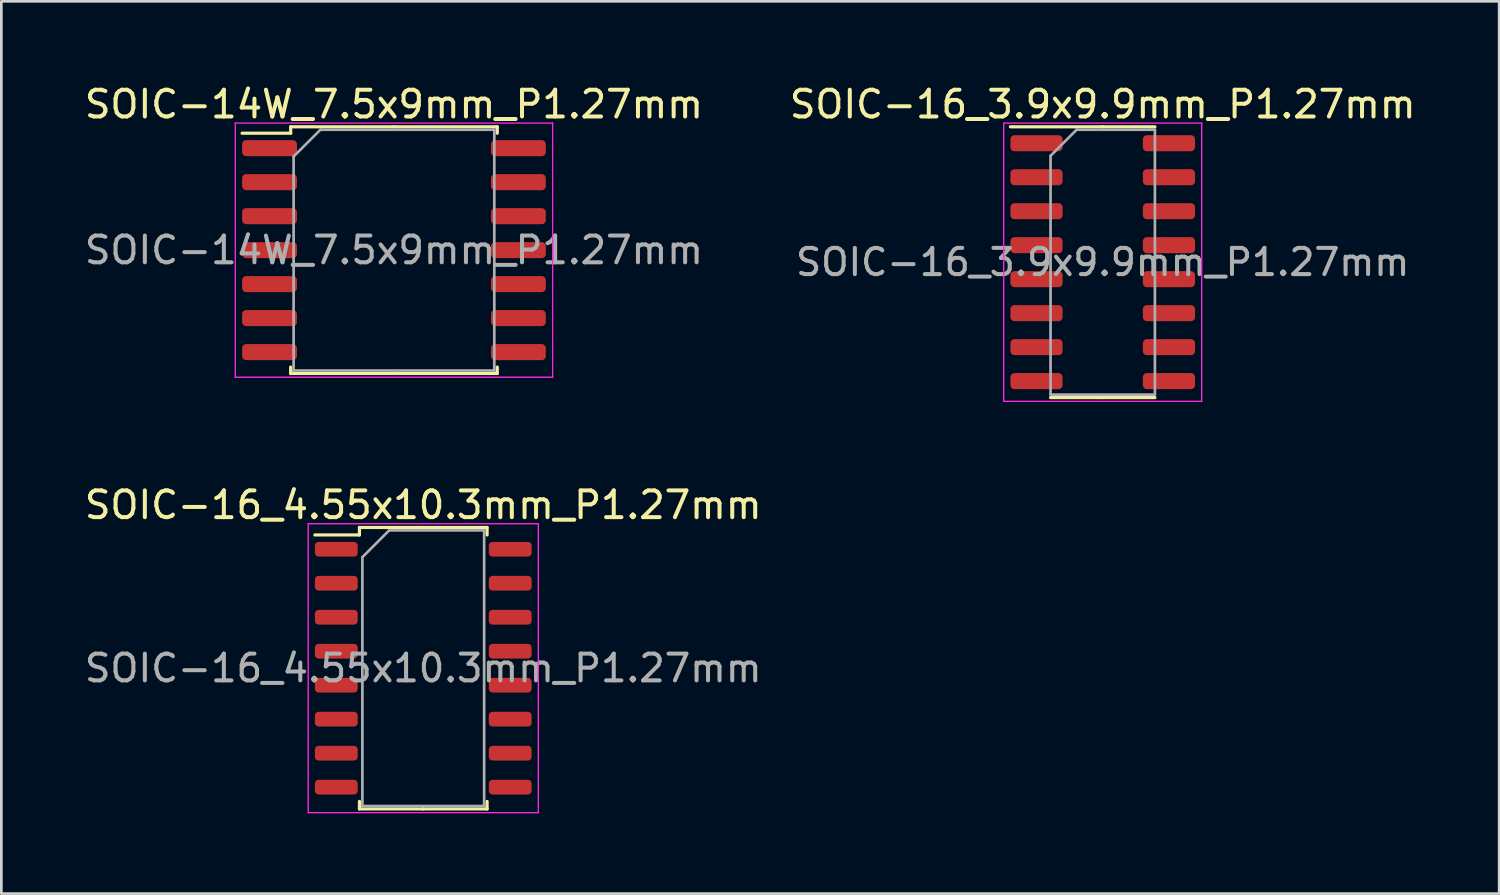
<source format=kicad_pcb>
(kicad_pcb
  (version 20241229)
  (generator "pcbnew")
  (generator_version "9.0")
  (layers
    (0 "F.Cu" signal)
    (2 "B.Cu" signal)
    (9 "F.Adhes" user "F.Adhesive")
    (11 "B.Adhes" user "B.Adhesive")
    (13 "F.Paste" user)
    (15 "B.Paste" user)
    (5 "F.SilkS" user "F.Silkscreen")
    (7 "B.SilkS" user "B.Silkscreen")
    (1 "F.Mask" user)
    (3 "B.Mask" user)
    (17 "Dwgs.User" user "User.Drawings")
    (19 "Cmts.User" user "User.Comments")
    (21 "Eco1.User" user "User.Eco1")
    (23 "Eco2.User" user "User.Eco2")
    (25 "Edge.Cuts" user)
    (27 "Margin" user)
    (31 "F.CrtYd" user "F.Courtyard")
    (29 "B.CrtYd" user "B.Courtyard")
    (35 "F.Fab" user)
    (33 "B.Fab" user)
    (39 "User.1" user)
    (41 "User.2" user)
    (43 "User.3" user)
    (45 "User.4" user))
  (footprint "SOIC-16_4.55x10.3mm_P1.27mm"
    (layer "F.Cu")
    (at 12.768 21.922)
    (property "Reference" "SOIC-16_4.55x10.3mm_P1.27mm" (at 0 -6.1 0) (layer "F.SilkS") (effects (font (size 1 1) (thickness 0.15))))
    (attr smd)
    (fp_line (start -2.385 -5.26) (end -2.385 -4.98) (stroke (width 0.12) (type solid)) (layer "F.SilkS"))
    (fp_line (start -2.385 -4.98) (end -4.05 -4.98) (stroke (width 0.12) (type solid)) (layer "F.SilkS"))
    (fp_line (start -2.385 5.26) (end -2.385 4.98) (stroke (width 0.12) (type solid)) (layer "F.SilkS"))
    (fp_line (start 0 -5.26) (end -2.385 -5.26) (stroke (width 0.12) (type solid)) (layer "F.SilkS"))
    (fp_line (start 0 -5.26) (end 2.385 -5.26) (stroke (width 0.12) (type solid)) (layer "F.SilkS"))
    (fp_line (start 0 5.26) (end -2.385 5.26) (stroke (width 0.12) (type solid)) (layer "F.SilkS"))
    (fp_line (start 0 5.26) (end 2.385 5.26) (stroke (width 0.12) (type solid)) (layer "F.SilkS"))
    (fp_line (start 2.385 -5.26) (end 2.385 -4.98) (stroke (width 0.12) (type solid)) (layer "F.SilkS"))
    (fp_line (start 2.385 5.26) (end 2.385 4.98) (stroke (width 0.12) (type solid)) (layer "F.SilkS"))
    (fp_line (start -4.3 -5.4) (end -4.3 5.4) (stroke (width 0.05) (type solid)) (layer "F.CrtYd"))
    (fp_line (start -4.3 5.4) (end 4.3 5.4) (stroke (width 0.05) (type solid)) (layer "F.CrtYd"))
    (fp_line (start 4.3 -5.4) (end -4.3 -5.4) (stroke (width 0.05) (type solid)) (layer "F.CrtYd"))
    (fp_line (start 4.3 5.4) (end 4.3 -5.4) (stroke (width 0.05) (type solid)) (layer "F.CrtYd"))
    (fp_line (start -2.275 -4.15) (end -1.275 -5.15) (stroke (width 0.1) (type solid)) (layer "F.Fab"))
    (fp_line (start -2.275 5.15) (end -2.275 -4.15) (stroke (width 0.1) (type solid)) (layer "F.Fab"))
    (fp_line (start -1.275 -5.15) (end 2.275 -5.15) (stroke (width 0.1) (type solid)) (layer "F.Fab"))
    (fp_line (start 2.275 -5.15) (end 2.275 5.15) (stroke (width 0.1) (type solid)) (layer "F.Fab"))
    (fp_line (start 2.275 5.15) (end -2.275 5.15) (stroke (width 0.1) (type solid)) (layer "F.Fab"))
    (fp_text user "${REFERENCE}" (at 0 0 0) (layer "F.Fab") (effects (font (size 1 1) (thickness 0.15))))
    (pad "1" smd roundrect (at -3.25 -4.445) (size 1.6 0.55) (layers "F.Cu" "F.Mask" "F.Paste") (roundrect_rratio 0.25))
    (pad "2" smd roundrect (at -3.25 -3.175) (size 1.6 0.55) (layers "F.Cu" "F.Mask" "F.Paste") (roundrect_rratio 0.25))
    (pad "3" smd roundrect (at -3.25 -1.905) (size 1.6 0.55) (layers "F.Cu" "F.Mask" "F.Paste") (roundrect_rratio 0.25))
    (pad "4" smd roundrect (at -3.25 -0.635) (size 1.6 0.55) (layers "F.Cu" "F.Mask" "F.Paste") (roundrect_rratio 0.25))
    (pad "5" smd roundrect (at -3.25 0.635) (size 1.6 0.55) (layers "F.Cu" "F.Mask" "F.Paste") (roundrect_rratio 0.25))
    (pad "6" smd roundrect (at -3.25 1.905) (size 1.6 0.55) (layers "F.Cu" "F.Mask" "F.Paste") (roundrect_rratio 0.25))
    (pad "7" smd roundrect (at -3.25 3.175) (size 1.6 0.55) (layers "F.Cu" "F.Mask" "F.Paste") (roundrect_rratio 0.25))
    (pad "8" smd roundrect (at -3.25 4.445) (size 1.6 0.55) (layers "F.Cu" "F.Mask" "F.Paste") (roundrect_rratio 0.25))
    (pad "9" smd roundrect (at 3.25 4.445) (size 1.6 0.55) (layers "F.Cu" "F.Mask" "F.Paste") (roundrect_rratio 0.25))
    (pad "10" smd roundrect (at 3.25 3.175) (size 1.6 0.55) (layers "F.Cu" "F.Mask" "F.Paste") (roundrect_rratio 0.25))
    (pad "11" smd roundrect (at 3.25 1.905) (size 1.6 0.55) (layers "F.Cu" "F.Mask" "F.Paste") (roundrect_rratio 0.25))
    (pad "12" smd roundrect (at 3.25 0.635) (size 1.6 0.55) (layers "F.Cu" "F.Mask" "F.Paste") (roundrect_rratio 0.25))
    (pad "13" smd roundrect (at 3.25 -0.635) (size 1.6 0.55) (layers "F.Cu" "F.Mask" "F.Paste") (roundrect_rratio 0.25))
    (pad "14" smd roundrect (at 3.25 -1.905) (size 1.6 0.55) (layers "F.Cu" "F.Mask" "F.Paste") (roundrect_rratio 0.25))
    (pad "15" smd roundrect (at 3.25 -3.175) (size 1.6 0.55) (layers "F.Cu" "F.Mask" "F.Paste") (roundrect_rratio 0.25))
    (pad "16" smd roundrect (at 3.25 -4.445) (size 1.6 0.55) (layers "F.Cu" "F.Mask" "F.Paste") (roundrect_rratio 0.25)))
  (footprint "SOIC-16_3.9x9.9mm_P1.27mm"
    (layer "F.Cu")
    (at 38.161 6.748)
    (property "Reference" "SOIC-16_3.9x9.9mm_P1.27mm" (at 0 -5.9 0) (layer "F.SilkS") (effects (font (size 1 1) (thickness 0.15))))
    (attr smd)
    (fp_line (start 0 -5.06) (end -3.45 -5.06) (stroke (width 0.12) (type solid)) (layer "F.SilkS"))
    (fp_line (start 0 -5.06) (end 1.95 -5.06) (stroke (width 0.12) (type solid)) (layer "F.SilkS"))
    (fp_line (start 0 5.06) (end -1.95 5.06) (stroke (width 0.12) (type solid)) (layer "F.SilkS"))
    (fp_line (start 0 5.06) (end 1.95 5.06) (stroke (width 0.12) (type solid)) (layer "F.SilkS"))
    (fp_line (start -3.7 -5.2) (end -3.7 5.2) (stroke (width 0.05) (type solid)) (layer "F.CrtYd"))
    (fp_line (start -3.7 5.2) (end 3.7 5.2) (stroke (width 0.05) (type solid)) (layer "F.CrtYd"))
    (fp_line (start 3.7 -5.2) (end -3.7 -5.2) (stroke (width 0.05) (type solid)) (layer "F.CrtYd"))
    (fp_line (start 3.7 5.2) (end 3.7 -5.2) (stroke (width 0.05) (type solid)) (layer "F.CrtYd"))
    (fp_line (start -1.95 -3.975) (end -0.975 -4.95) (stroke (width 0.1) (type solid)) (layer "F.Fab"))
    (fp_line (start -1.95 4.95) (end -1.95 -3.975) (stroke (width 0.1) (type solid)) (layer "F.Fab"))
    (fp_line (start -0.975 -4.95) (end 1.95 -4.95) (stroke (width 0.1) (type solid)) (layer "F.Fab"))
    (fp_line (start 1.95 -4.95) (end 1.95 4.95) (stroke (width 0.1) (type solid)) (layer "F.Fab"))
    (fp_line (start 1.95 4.95) (end -1.95 4.95) (stroke (width 0.1) (type solid)) (layer "F.Fab"))
    (fp_text user "${REFERENCE}" (at 0 0 0) (layer "F.Fab") (effects (font (size 0.98 0.98) (thickness 0.15))))
    (pad "1" smd roundrect (at -2.475 -4.445) (size 1.95 0.6) (layers "F.Cu" "F.Mask" "F.Paste") (roundrect_rratio 0.25))
    (pad "2" smd roundrect (at -2.475 -3.175) (size 1.95 0.6) (layers "F.Cu" "F.Mask" "F.Paste") (roundrect_rratio 0.25))
    (pad "3" smd roundrect (at -2.475 -1.905) (size 1.95 0.6) (layers "F.Cu" "F.Mask" "F.Paste") (roundrect_rratio 0.25))
    (pad "4" smd roundrect (at -2.475 -0.635) (size 1.95 0.6) (layers "F.Cu" "F.Mask" "F.Paste") (roundrect_rratio 0.25))
    (pad "5" smd roundrect (at -2.475 0.635) (size 1.95 0.6) (layers "F.Cu" "F.Mask" "F.Paste") (roundrect_rratio 0.25))
    (pad "6" smd roundrect (at -2.475 1.905) (size 1.95 0.6) (layers "F.Cu" "F.Mask" "F.Paste") (roundrect_rratio 0.25))
    (pad "7" smd roundrect (at -2.475 3.175) (size 1.95 0.6) (layers "F.Cu" "F.Mask" "F.Paste") (roundrect_rratio 0.25))
    (pad "8" smd roundrect (at -2.475 4.445) (size 1.95 0.6) (layers "F.Cu" "F.Mask" "F.Paste") (roundrect_rratio 0.25))
    (pad "9" smd roundrect (at 2.475 4.445) (size 1.95 0.6) (layers "F.Cu" "F.Mask" "F.Paste") (roundrect_rratio 0.25))
    (pad "10" smd roundrect (at 2.475 3.175) (size 1.95 0.6) (layers "F.Cu" "F.Mask" "F.Paste") (roundrect_rratio 0.25))
    (pad "11" smd roundrect (at 2.475 1.905) (size 1.95 0.6) (layers "F.Cu" "F.Mask" "F.Paste") (roundrect_rratio 0.25))
    (pad "12" smd roundrect (at 2.475 0.635) (size 1.95 0.6) (layers "F.Cu" "F.Mask" "F.Paste") (roundrect_rratio 0.25))
    (pad "13" smd roundrect (at 2.475 -0.635) (size 1.95 0.6) (layers "F.Cu" "F.Mask" "F.Paste") (roundrect_rratio 0.25))
    (pad "14" smd roundrect (at 2.475 -1.905) (size 1.95 0.6) (layers "F.Cu" "F.Mask" "F.Paste") (roundrect_rratio 0.25))
    (pad "15" smd roundrect (at 2.475 -3.175) (size 1.95 0.6) (layers "F.Cu" "F.Mask" "F.Paste") (roundrect_rratio 0.25))
    (pad "16" smd roundrect (at 2.475 -4.445) (size 1.95 0.6) (layers "F.Cu" "F.Mask" "F.Paste") (roundrect_rratio 0.25)))
  (footprint "SOIC-14W_7.5x9mm_P1.27mm"
    (layer "F.Cu")
    (at 11.673 6.298)
    (property "Reference" "SOIC-14W_7.5x9mm_P1.27mm" (at 0 -5.45 0) (layer "F.SilkS") (effects (font (size 1 1) (thickness 0.15))))
    (attr smd)
    (fp_line (start -3.86 -4.61) (end -3.86 -4.37) (stroke (width 0.12) (type solid)) (layer "F.SilkS"))
    (fp_line (start -3.86 -4.37) (end -5.675 -4.37) (stroke (width 0.12) (type solid)) (layer "F.SilkS"))
    (fp_line (start -3.86 4.61) (end -3.86 4.37) (stroke (width 0.12) (type solid)) (layer "F.SilkS"))
    (fp_line (start 0 -4.61) (end -3.86 -4.61) (stroke (width 0.12) (type solid)) (layer "F.SilkS"))
    (fp_line (start 0 -4.61) (end 3.86 -4.61) (stroke (width 0.12) (type solid)) (layer "F.SilkS"))
    (fp_line (start 0 4.61) (end -3.86 4.61) (stroke (width 0.12) (type solid)) (layer "F.SilkS"))
    (fp_line (start 0 4.61) (end 3.86 4.61) (stroke (width 0.12) (type solid)) (layer "F.SilkS"))
    (fp_line (start 3.86 -4.61) (end 3.86 -4.37) (stroke (width 0.12) (type solid)) (layer "F.SilkS"))
    (fp_line (start 3.86 4.61) (end 3.86 4.37) (stroke (width 0.12) (type solid)) (layer "F.SilkS"))
    (fp_line (start -5.93 -4.75) (end -5.93 4.75) (stroke (width 0.05) (type solid)) (layer "F.CrtYd"))
    (fp_line (start -5.93 4.75) (end 5.93 4.75) (stroke (width 0.05) (type solid)) (layer "F.CrtYd"))
    (fp_line (start 5.93 -4.75) (end -5.93 -4.75) (stroke (width 0.05) (type solid)) (layer "F.CrtYd"))
    (fp_line (start 5.93 4.75) (end 5.93 -4.75) (stroke (width 0.05) (type solid)) (layer "F.CrtYd"))
    (fp_line (start -3.75 -3.5) (end -2.75 -4.5) (stroke (width 0.1) (type solid)) (layer "F.Fab"))
    (fp_line (start -3.75 4.5) (end -3.75 -3.5) (stroke (width 0.1) (type solid)) (layer "F.Fab"))
    (fp_line (start -2.75 -4.5) (end 3.75 -4.5) (stroke (width 0.1) (type solid)) (layer "F.Fab"))
    (fp_line (start 3.75 -4.5) (end 3.75 4.5) (stroke (width 0.1) (type solid)) (layer "F.Fab"))
    (fp_line (start 3.75 4.5) (end -3.75 4.5) (stroke (width 0.1) (type solid)) (layer "F.Fab"))
    (fp_text user "${REFERENCE}" (at 0 0 0) (layer "F.Fab") (effects (font (size 1 1) (thickness 0.15))))
    (pad "1" smd roundrect (at -4.65 -3.81) (size 2.05 0.6) (layers "F.Cu" "F.Mask" "F.Paste") (roundrect_rratio 0.25))
    (pad "2" smd roundrect (at -4.65 -2.54) (size 2.05 0.6) (layers "F.Cu" "F.Mask" "F.Paste") (roundrect_rratio 0.25))
    (pad "3" smd roundrect (at -4.65 -1.27) (size 2.05 0.6) (layers "F.Cu" "F.Mask" "F.Paste") (roundrect_rratio 0.25))
    (pad "4" smd roundrect (at -4.65 0) (size 2.05 0.6) (layers "F.Cu" "F.Mask" "F.Paste") (roundrect_rratio 0.25))
    (pad "5" smd roundrect (at -4.65 1.27) (size 2.05 0.6) (layers "F.Cu" "F.Mask" "F.Paste") (roundrect_rratio 0.25))
    (pad "6" smd roundrect (at -4.65 2.54) (size 2.05 0.6) (layers "F.Cu" "F.Mask" "F.Paste") (roundrect_rratio 0.25))
    (pad "7" smd roundrect (at -4.65 3.81) (size 2.05 0.6) (layers "F.Cu" "F.Mask" "F.Paste") (roundrect_rratio 0.25))
    (pad "8" smd roundrect (at 4.65 3.81) (size 2.05 0.6) (layers "F.Cu" "F.Mask" "F.Paste") (roundrect_rratio 0.25))
    (pad "9" smd roundrect (at 4.65 2.54) (size 2.05 0.6) (layers "F.Cu" "F.Mask" "F.Paste") (roundrect_rratio 0.25))
    (pad "10" smd roundrect (at 4.65 1.27) (size 2.05 0.6) (layers "F.Cu" "F.Mask" "F.Paste") (roundrect_rratio 0.25))
    (pad "11" smd roundrect (at 4.65 0) (size 2.05 0.6) (layers "F.Cu" "F.Mask" "F.Paste") (roundrect_rratio 0.25))
    (pad "12" smd roundrect (at 4.65 -1.27) (size 2.05 0.6) (layers "F.Cu" "F.Mask" "F.Paste") (roundrect_rratio 0.25))
    (pad "13" smd roundrect (at 4.65 -2.54) (size 2.05 0.6) (layers "F.Cu" "F.Mask" "F.Paste") (roundrect_rratio 0.25))
    (pad "14" smd roundrect (at 4.65 -3.81) (size 2.05 0.6) (layers "F.Cu" "F.Mask" "F.Paste") (roundrect_rratio 0.25)))
  (gr_rect
    (start -3 -3)
    (end 52.976 30.346)
    (stroke (width 0.1) (type default))
    (fill no)
    (layer "Edge.Cuts")))
</source>
